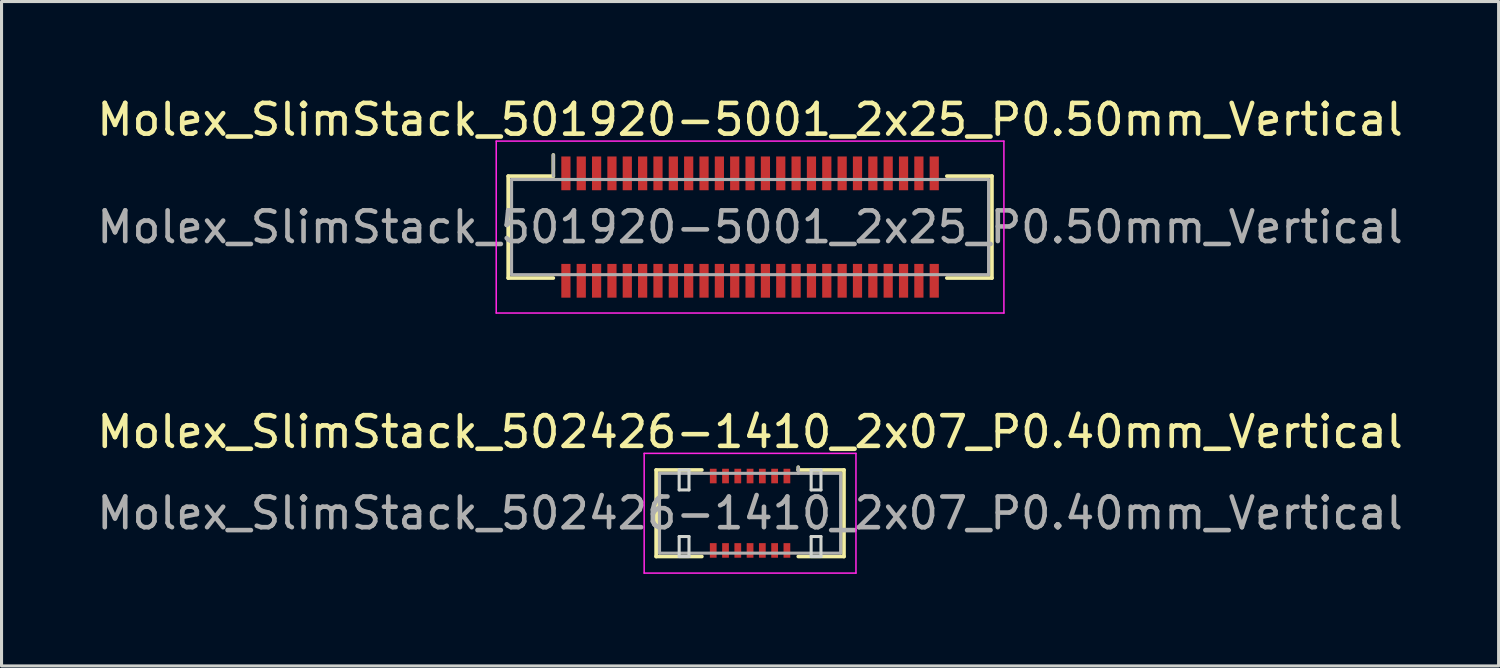
<source format=kicad_pcb>
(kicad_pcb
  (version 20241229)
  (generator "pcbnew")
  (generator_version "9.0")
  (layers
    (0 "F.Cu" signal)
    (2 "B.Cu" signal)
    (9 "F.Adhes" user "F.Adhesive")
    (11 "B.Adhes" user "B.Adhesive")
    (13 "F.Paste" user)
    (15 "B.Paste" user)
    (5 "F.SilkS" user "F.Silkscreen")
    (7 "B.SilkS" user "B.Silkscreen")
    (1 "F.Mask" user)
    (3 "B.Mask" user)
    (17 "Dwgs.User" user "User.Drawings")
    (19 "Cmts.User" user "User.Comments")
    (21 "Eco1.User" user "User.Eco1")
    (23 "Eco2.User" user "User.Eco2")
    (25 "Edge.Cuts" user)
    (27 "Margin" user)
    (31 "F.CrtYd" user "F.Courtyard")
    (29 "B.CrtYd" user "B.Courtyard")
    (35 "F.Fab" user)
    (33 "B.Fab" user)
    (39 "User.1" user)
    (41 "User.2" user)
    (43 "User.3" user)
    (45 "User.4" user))
  (footprint "Molex_SlimStack_502426-1410_2x07_P0.40mm_Vertical"
    (layer "F.Cu")
    (at 21.387 13.671)
    (property "Reference" "Molex_SlimStack_502426-1410_2x07_P0.40mm_Vertical" (at 0 -2.65 0) (layer "F.SilkS") (effects (font (size 1 1) (thickness 0.15))))
    (attr smd)
    (fp_line (start -3.06 -1.41) (end -1.57 -1.41) (stroke (width 0.12) (type solid)) (layer "F.SilkS"))
    (fp_line (start -3.06 1.41) (end -3.06 -1.41) (stroke (width 0.12) (type solid)) (layer "F.SilkS"))
    (fp_line (start -1.57 1.41) (end -3.06 1.41) (stroke (width 0.12) (type solid)) (layer "F.SilkS"))
    (fp_line (start 1.57 -1.41) (end 1.57 -1.5) (stroke (width 0.12) (type solid)) (layer "F.SilkS"))
    (fp_line (start 1.57 1.41) (end 3.06 1.41) (stroke (width 0.12) (type solid)) (layer "F.SilkS"))
    (fp_line (start 3.06 -1.41) (end 1.57 -1.41) (stroke (width 0.12) (type solid)) (layer "F.SilkS"))
    (fp_line (start 3.06 1.41) (end 3.06 -1.41) (stroke (width 0.12) (type solid)) (layer "F.SilkS"))
    (fp_line (start -2.31 -1.41) (end -2.31 -0.76) (stroke (width 0.1) (type solid)) (layer "Edge.Cuts"))
    (fp_line (start -2.31 -0.76) (end -1.99 -0.76) (stroke (width 0.1) (type solid)) (layer "Edge.Cuts"))
    (fp_line (start -2.31 0.76) (end -2.31 1.41) (stroke (width 0.1) (type solid)) (layer "Edge.Cuts"))
    (fp_line (start -2.31 1.41) (end -1.99 1.41) (stroke (width 0.1) (type solid)) (layer "Edge.Cuts"))
    (fp_line (start -1.99 -1.41) (end -2.31 -1.41) (stroke (width 0.1) (type solid)) (layer "Edge.Cuts"))
    (fp_line (start -1.99 -0.76) (end -1.99 -1.41) (stroke (width 0.1) (type solid)) (layer "Edge.Cuts"))
    (fp_line (start -1.99 0.76) (end -2.31 0.76) (stroke (width 0.1) (type solid)) (layer "Edge.Cuts"))
    (fp_line (start -1.99 1.41) (end -1.99 0.76) (stroke (width 0.1) (type solid)) (layer "Edge.Cuts"))
    (fp_line (start 1.99 -1.41) (end 1.99 -0.76) (stroke (width 0.1) (type solid)) (layer "Edge.Cuts"))
    (fp_line (start 1.99 -0.76) (end 2.31 -0.76) (stroke (width 0.1) (type solid)) (layer "Edge.Cuts"))
    (fp_line (start 1.99 0.76) (end 1.99 1.41) (stroke (width 0.1) (type solid)) (layer "Edge.Cuts"))
    (fp_line (start 1.99 1.41) (end 2.31 1.41) (stroke (width 0.1) (type solid)) (layer "Edge.Cuts"))
    (fp_line (start 2.31 -1.41) (end 1.99 -1.41) (stroke (width 0.1) (type solid)) (layer "Edge.Cuts"))
    (fp_line (start 2.31 -0.76) (end 2.31 -1.41) (stroke (width 0.1) (type solid)) (layer "Edge.Cuts"))
    (fp_line (start 2.31 0.76) (end 1.99 0.76) (stroke (width 0.1) (type solid)) (layer "Edge.Cuts"))
    (fp_line (start 2.31 1.41) (end 2.31 0.76) (stroke (width 0.1) (type solid)) (layer "Edge.Cuts"))
    (fp_line (start -3.45 -1.95) (end -3.45 1.95) (stroke (width 0.05) (type solid)) (layer "F.CrtYd"))
    (fp_line (start -3.45 1.95) (end 3.45 1.95) (stroke (width 0.05) (type solid)) (layer "F.CrtYd"))
    (fp_line (start 3.45 -1.95) (end -3.45 -1.95) (stroke (width 0.05) (type solid)) (layer "F.CrtYd"))
    (fp_line (start 3.45 1.95) (end 3.45 -1.95) (stroke (width 0.05) (type solid)) (layer "F.CrtYd"))
    (fp_line (start -2.95 -1.3) (end -2.95 1.3) (stroke (width 0.1) (type solid)) (layer "F.Fab"))
    (fp_line (start -2.95 1.3) (end 2.95 1.3) (stroke (width 0.1) (type solid)) (layer "F.Fab"))
    (fp_line (start 1.57 -1.3) (end 1.57 -1.5) (stroke (width 0.1) (type solid)) (layer "F.Fab"))
    (fp_line (start 2.95 -1.3) (end -2.95 -1.3) (stroke (width 0.1) (type solid)) (layer "F.Fab"))
    (fp_line (start 2.95 1.3) (end 2.95 -1.3) (stroke (width 0.1) (type solid)) (layer "F.Fab"))
    (fp_text user "${REFERENCE}" (at 0 0 0) (layer "F.Fab") (effects (font (size 1 1) (thickness 0.15))))
    (pad "1" smd rect (at 1.2 -1.212) (size 0.22 0.475) (layers "F.Cu" "F.Mask" "F.Paste"))
    (pad "2" smd rect (at 1.2 1.212) (size 0.22 0.475) (layers "F.Cu" "F.Mask" "F.Paste"))
    (pad "3" smd rect (at 0.8 -1.212) (size 0.22 0.475) (layers "F.Cu" "F.Mask" "F.Paste"))
    (pad "4" smd rect (at 0.8 1.212) (size 0.22 0.475) (layers "F.Cu" "F.Mask" "F.Paste"))
    (pad "5" smd rect (at 0.4 -1.212) (size 0.22 0.475) (layers "F.Cu" "F.Mask" "F.Paste"))
    (pad "6" smd rect (at 0.4 1.212) (size 0.22 0.475) (layers "F.Cu" "F.Mask" "F.Paste"))
    (pad "7" smd rect (at 0 -1.212) (size 0.22 0.475) (layers "F.Cu" "F.Mask" "F.Paste"))
    (pad "8" smd rect (at 0 1.212) (size 0.22 0.475) (layers "F.Cu" "F.Mask" "F.Paste"))
    (pad "9" smd rect (at -0.4 -1.212) (size 0.22 0.475) (layers "F.Cu" "F.Mask" "F.Paste"))
    (pad "10" smd rect (at -0.4 1.212) (size 0.22 0.475) (layers "F.Cu" "F.Mask" "F.Paste"))
    (pad "11" smd rect (at -0.8 -1.212) (size 0.22 0.475) (layers "F.Cu" "F.Mask" "F.Paste"))
    (pad "12" smd rect (at -0.8 1.212) (size 0.22 0.475) (layers "F.Cu" "F.Mask" "F.Paste"))
    (pad "13" smd rect (at -1.2 -1.212) (size 0.22 0.475) (layers "F.Cu" "F.Mask" "F.Paste"))
    (pad "14" smd rect (at -1.2 1.212) (size 0.22 0.475) (layers "F.Cu" "F.Mask" "F.Paste")))
  (footprint "Molex_SlimStack_501920-5001_2x25_P0.50mm_Vertical"
    (layer "F.Cu")
    (at 21.387 4.348)
    (property "Reference" "Molex_SlimStack_501920-5001_2x25_P0.50mm_Vertical" (at 0 -3.5 0) (layer "F.SilkS") (effects (font (size 1 1) (thickness 0.15))))
    (attr smd)
    (fp_line (start -7.88 -1.66) (end -6.41 -1.66) (stroke (width 0.12) (type solid)) (layer "F.SilkS"))
    (fp_line (start -7.88 1.66) (end -7.88 -1.66) (stroke (width 0.12) (type solid)) (layer "F.SilkS"))
    (fp_line (start -6.41 -1.66) (end -6.41 -2.35) (stroke (width 0.12) (type solid)) (layer "F.SilkS"))
    (fp_line (start -6.41 1.66) (end -7.88 1.66) (stroke (width 0.12) (type solid)) (layer "F.SilkS"))
    (fp_line (start 6.41 1.66) (end 7.88 1.66) (stroke (width 0.12) (type solid)) (layer "F.SilkS"))
    (fp_line (start 7.88 -1.66) (end 6.41 -1.66) (stroke (width 0.12) (type solid)) (layer "F.SilkS"))
    (fp_line (start 7.88 1.66) (end 7.88 -1.66) (stroke (width 0.12) (type solid)) (layer "F.SilkS"))
    (fp_line (start -8.27 -2.8) (end -8.27 2.8) (stroke (width 0.05) (type solid)) (layer "F.CrtYd"))
    (fp_line (start -8.27 2.8) (end 8.27 2.8) (stroke (width 0.05) (type solid)) (layer "F.CrtYd"))
    (fp_line (start 8.27 -2.8) (end -8.27 -2.8) (stroke (width 0.05) (type solid)) (layer "F.CrtYd"))
    (fp_line (start 8.27 2.8) (end 8.27 -2.8) (stroke (width 0.05) (type solid)) (layer "F.CrtYd"))
    (fp_line (start -7.77 -1.55) (end -7.77 1.55) (stroke (width 0.1) (type solid)) (layer "F.Fab"))
    (fp_line (start -7.77 1.55) (end 7.77 1.55) (stroke (width 0.1) (type solid)) (layer "F.Fab"))
    (fp_line (start -6.41 -1.66) (end -6.41 -2.35) (stroke (width 0.1) (type solid)) (layer "F.Fab"))
    (fp_line (start 7.77 -1.55) (end -7.77 -1.55) (stroke (width 0.1) (type solid)) (layer "F.Fab"))
    (fp_line (start 7.77 1.55) (end 7.77 -1.55) (stroke (width 0.1) (type solid)) (layer "F.Fab"))
    (fp_text user "${REFERENCE}" (at 0 0 0) (layer "F.Fab") (effects (font (size 1 1) (thickness 0.15))))
    (pad "1" smd rect (at -6 -1.75) (size 0.3 1.1) (layers "F.Cu" "F.Mask" "F.Paste"))
    (pad "2" smd rect (at -6 1.75) (size 0.3 1.1) (layers "F.Cu" "F.Mask" "F.Paste"))
    (pad "3" smd rect (at -5.5 -1.75) (size 0.3 1.1) (layers "F.Cu" "F.Mask" "F.Paste"))
    (pad "4" smd rect (at -5.5 1.75) (size 0.3 1.1) (layers "F.Cu" "F.Mask" "F.Paste"))
    (pad "5" smd rect (at -5 -1.75) (size 0.3 1.1) (layers "F.Cu" "F.Mask" "F.Paste"))
    (pad "6" smd rect (at -5 1.75) (size 0.3 1.1) (layers "F.Cu" "F.Mask" "F.Paste"))
    (pad "7" smd rect (at -4.5 -1.75) (size 0.3 1.1) (layers "F.Cu" "F.Mask" "F.Paste"))
    (pad "8" smd rect (at -4.5 1.75) (size 0.3 1.1) (layers "F.Cu" "F.Mask" "F.Paste"))
    (pad "9" smd rect (at -4 -1.75) (size 0.3 1.1) (layers "F.Cu" "F.Mask" "F.Paste"))
    (pad "10" smd rect (at -4 1.75) (size 0.3 1.1) (layers "F.Cu" "F.Mask" "F.Paste"))
    (pad "11" smd rect (at -3.5 -1.75) (size 0.3 1.1) (layers "F.Cu" "F.Mask" "F.Paste"))
    (pad "12" smd rect (at -3.5 1.75) (size 0.3 1.1) (layers "F.Cu" "F.Mask" "F.Paste"))
    (pad "13" smd rect (at -3 -1.75) (size 0.3 1.1) (layers "F.Cu" "F.Mask" "F.Paste"))
    (pad "14" smd rect (at -3 1.75) (size 0.3 1.1) (layers "F.Cu" "F.Mask" "F.Paste"))
    (pad "15" smd rect (at -2.5 -1.75) (size 0.3 1.1) (layers "F.Cu" "F.Mask" "F.Paste"))
    (pad "16" smd rect (at -2.5 1.75) (size 0.3 1.1) (layers "F.Cu" "F.Mask" "F.Paste"))
    (pad "17" smd rect (at -2 -1.75) (size 0.3 1.1) (layers "F.Cu" "F.Mask" "F.Paste"))
    (pad "18" smd rect (at -2 1.75) (size 0.3 1.1) (layers "F.Cu" "F.Mask" "F.Paste"))
    (pad "19" smd rect (at -1.5 -1.75) (size 0.3 1.1) (layers "F.Cu" "F.Mask" "F.Paste"))
    (pad "20" smd rect (at -1.5 1.75) (size 0.3 1.1) (layers "F.Cu" "F.Mask" "F.Paste"))
    (pad "21" smd rect (at -1 -1.75) (size 0.3 1.1) (layers "F.Cu" "F.Mask" "F.Paste"))
    (pad "22" smd rect (at -1 1.75) (size 0.3 1.1) (layers "F.Cu" "F.Mask" "F.Paste"))
    (pad "23" smd rect (at -0.5 -1.75) (size 0.3 1.1) (layers "F.Cu" "F.Mask" "F.Paste"))
    (pad "24" smd rect (at -0.5 1.75) (size 0.3 1.1) (layers "F.Cu" "F.Mask" "F.Paste"))
    (pad "25" smd rect (at 0 -1.75) (size 0.3 1.1) (layers "F.Cu" "F.Mask" "F.Paste"))
    (pad "26" smd rect (at 0 1.75) (size 0.3 1.1) (layers "F.Cu" "F.Mask" "F.Paste"))
    (pad "27" smd rect (at 0.5 -1.75) (size 0.3 1.1) (layers "F.Cu" "F.Mask" "F.Paste"))
    (pad "28" smd rect (at 0.5 1.75) (size 0.3 1.1) (layers "F.Cu" "F.Mask" "F.Paste"))
    (pad "29" smd rect (at 1 -1.75) (size 0.3 1.1) (layers "F.Cu" "F.Mask" "F.Paste"))
    (pad "30" smd rect (at 1 1.75) (size 0.3 1.1) (layers "F.Cu" "F.Mask" "F.Paste"))
    (pad "31" smd rect (at 1.5 -1.75) (size 0.3 1.1) (layers "F.Cu" "F.Mask" "F.Paste"))
    (pad "32" smd rect (at 1.5 1.75) (size 0.3 1.1) (layers "F.Cu" "F.Mask" "F.Paste"))
    (pad "33" smd rect (at 2 -1.75) (size 0.3 1.1) (layers "F.Cu" "F.Mask" "F.Paste"))
    (pad "34" smd rect (at 2 1.75) (size 0.3 1.1) (layers "F.Cu" "F.Mask" "F.Paste"))
    (pad "35" smd rect (at 2.5 -1.75) (size 0.3 1.1) (layers "F.Cu" "F.Mask" "F.Paste"))
    (pad "36" smd rect (at 2.5 1.75) (size 0.3 1.1) (layers "F.Cu" "F.Mask" "F.Paste"))
    (pad "37" smd rect (at 3 -1.75) (size 0.3 1.1) (layers "F.Cu" "F.Mask" "F.Paste"))
    (pad "38" smd rect (at 3 1.75) (size 0.3 1.1) (layers "F.Cu" "F.Mask" "F.Paste"))
    (pad "39" smd rect (at 3.5 -1.75) (size 0.3 1.1) (layers "F.Cu" "F.Mask" "F.Paste"))
    (pad "40" smd rect (at 3.5 1.75) (size 0.3 1.1) (layers "F.Cu" "F.Mask" "F.Paste"))
    (pad "41" smd rect (at 4 -1.75) (size 0.3 1.1) (layers "F.Cu" "F.Mask" "F.Paste"))
    (pad "42" smd rect (at 4 1.75) (size 0.3 1.1) (layers "F.Cu" "F.Mask" "F.Paste"))
    (pad "43" smd rect (at 4.5 -1.75) (size 0.3 1.1) (layers "F.Cu" "F.Mask" "F.Paste"))
    (pad "44" smd rect (at 4.5 1.75) (size 0.3 1.1) (layers "F.Cu" "F.Mask" "F.Paste"))
    (pad "45" smd rect (at 5 -1.75) (size 0.3 1.1) (layers "F.Cu" "F.Mask" "F.Paste"))
    (pad "46" smd rect (at 5 1.75) (size 0.3 1.1) (layers "F.Cu" "F.Mask" "F.Paste"))
    (pad "47" smd rect (at 5.5 -1.75) (size 0.3 1.1) (layers "F.Cu" "F.Mask" "F.Paste"))
    (pad "48" smd rect (at 5.5 1.75) (size 0.3 1.1) (layers "F.Cu" "F.Mask" "F.Paste"))
    (pad "49" smd rect (at 6 -1.75) (size 0.3 1.1) (layers "F.Cu" "F.Mask" "F.Paste"))
    (pad "50" smd rect (at 6 1.75) (size 0.3 1.1) (layers "F.Cu" "F.Mask" "F.Paste")))
  (gr_rect
    (start -3 -3)
    (end 45.774 18.646)
    (stroke (width 0.1) (type default))
    (fill no)
    (layer "Edge.Cuts")))
</source>
